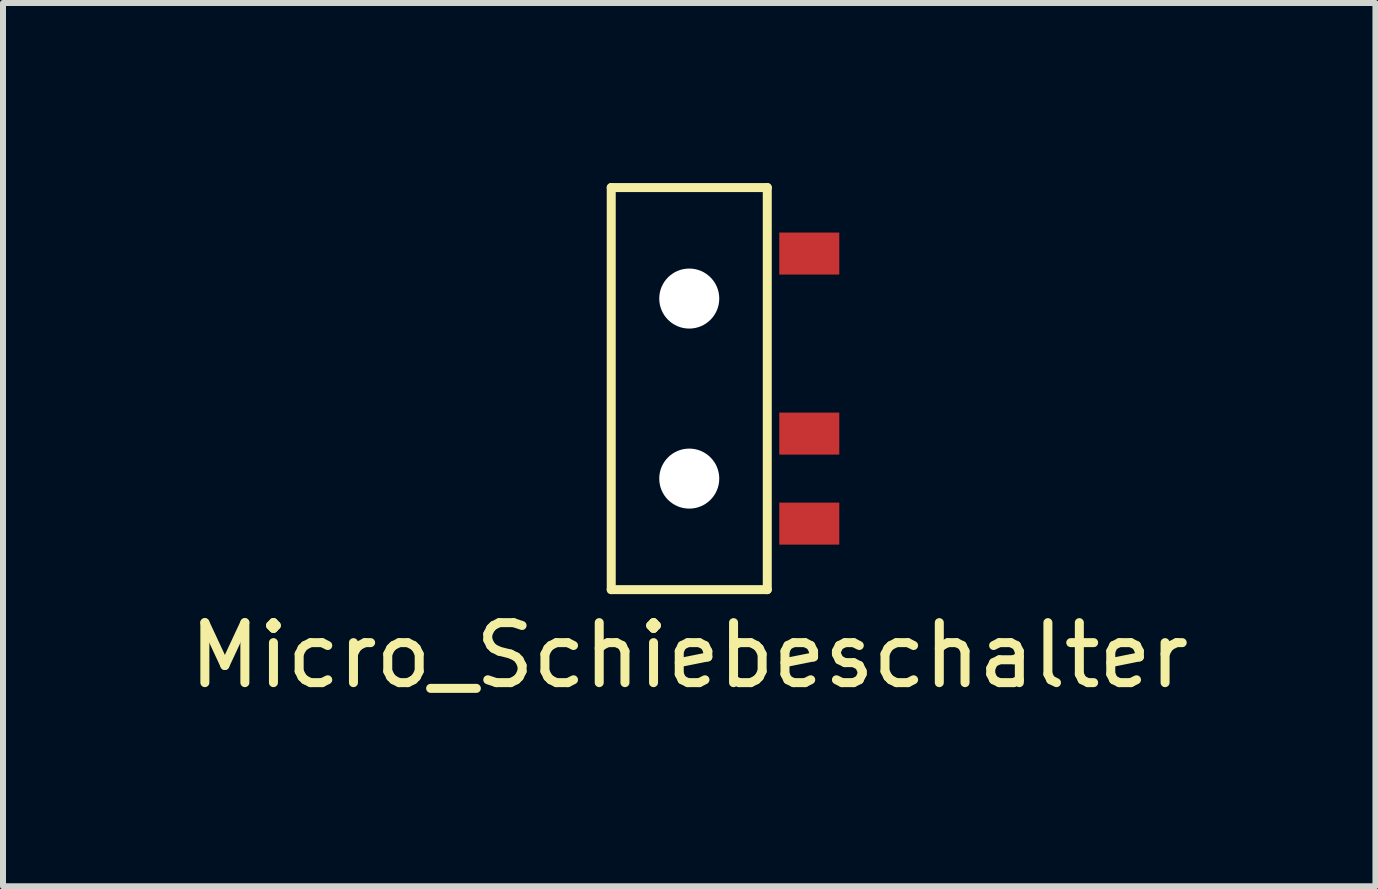
<source format=kicad_pcb>
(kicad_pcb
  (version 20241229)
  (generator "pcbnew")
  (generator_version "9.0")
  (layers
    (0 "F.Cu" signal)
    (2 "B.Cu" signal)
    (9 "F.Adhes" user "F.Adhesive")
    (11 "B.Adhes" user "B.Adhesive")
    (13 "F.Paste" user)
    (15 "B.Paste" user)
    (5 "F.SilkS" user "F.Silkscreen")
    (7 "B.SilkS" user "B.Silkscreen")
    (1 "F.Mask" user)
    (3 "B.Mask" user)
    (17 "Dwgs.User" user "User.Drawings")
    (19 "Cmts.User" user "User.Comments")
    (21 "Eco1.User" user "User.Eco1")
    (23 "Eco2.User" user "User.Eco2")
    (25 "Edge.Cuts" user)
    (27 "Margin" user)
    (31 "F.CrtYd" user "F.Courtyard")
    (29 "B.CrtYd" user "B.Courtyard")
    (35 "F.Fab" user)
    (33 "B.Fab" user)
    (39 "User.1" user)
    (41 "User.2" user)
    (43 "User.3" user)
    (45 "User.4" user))
  (footprint "Micro_Schiebeschalter"
    (layer "F.Cu")
    (at 8.435 3.425)
    (property "Reference" "Micro_Schiebeschalter" (at 0 4.445 0) (layer "F.SilkS") (effects (font (size 1 1) (thickness 0.15))))
    (attr through_hole)
    (fp_line (start -1.3 -3.35) (end 1.3 -3.35) (stroke (width 0.15) (type solid)) (layer "F.SilkS"))
    (fp_line (start -1.3 3.35) (end -1.3 -3.35) (stroke (width 0.15) (type solid)) (layer "F.SilkS"))
    (fp_line (start -1.3 3.35) (end 1.3 3.35) (stroke (width 0.15) (type solid)) (layer "F.SilkS"))
    (fp_line (start 1.3 -3.35) (end 1.3 3.35) (stroke (width 0.15) (type solid)) (layer "F.SilkS"))
    (pad "" np_thru_hole circle (at 0 -1.5) (size 1 1) (drill 1) (layers "*.Cu" "*.Mask"))
    (pad "" np_thru_hole circle (at 0 1.5) (size 1 1) (drill 1) (layers "*.Cu" "*.Mask"))
    (pad "1" smd rect (at 2 -2.25) (size 1 0.7) (layers "F.Cu" "F.Mask" "F.Paste"))
    (pad "2" smd rect (at 2 0.75) (size 1 0.7) (layers "F.Cu" "F.Mask" "F.Paste"))
    (pad "3" smd rect (at 2 2.25) (size 1 0.7) (layers "F.Cu" "F.Mask" "F.Paste")))
  (gr_rect
    (start -3 -3)
    (end 19.869 11.718)
    (stroke (width 0.1) (type default))
    (fill no)
    (layer "Edge.Cuts")))
</source>
